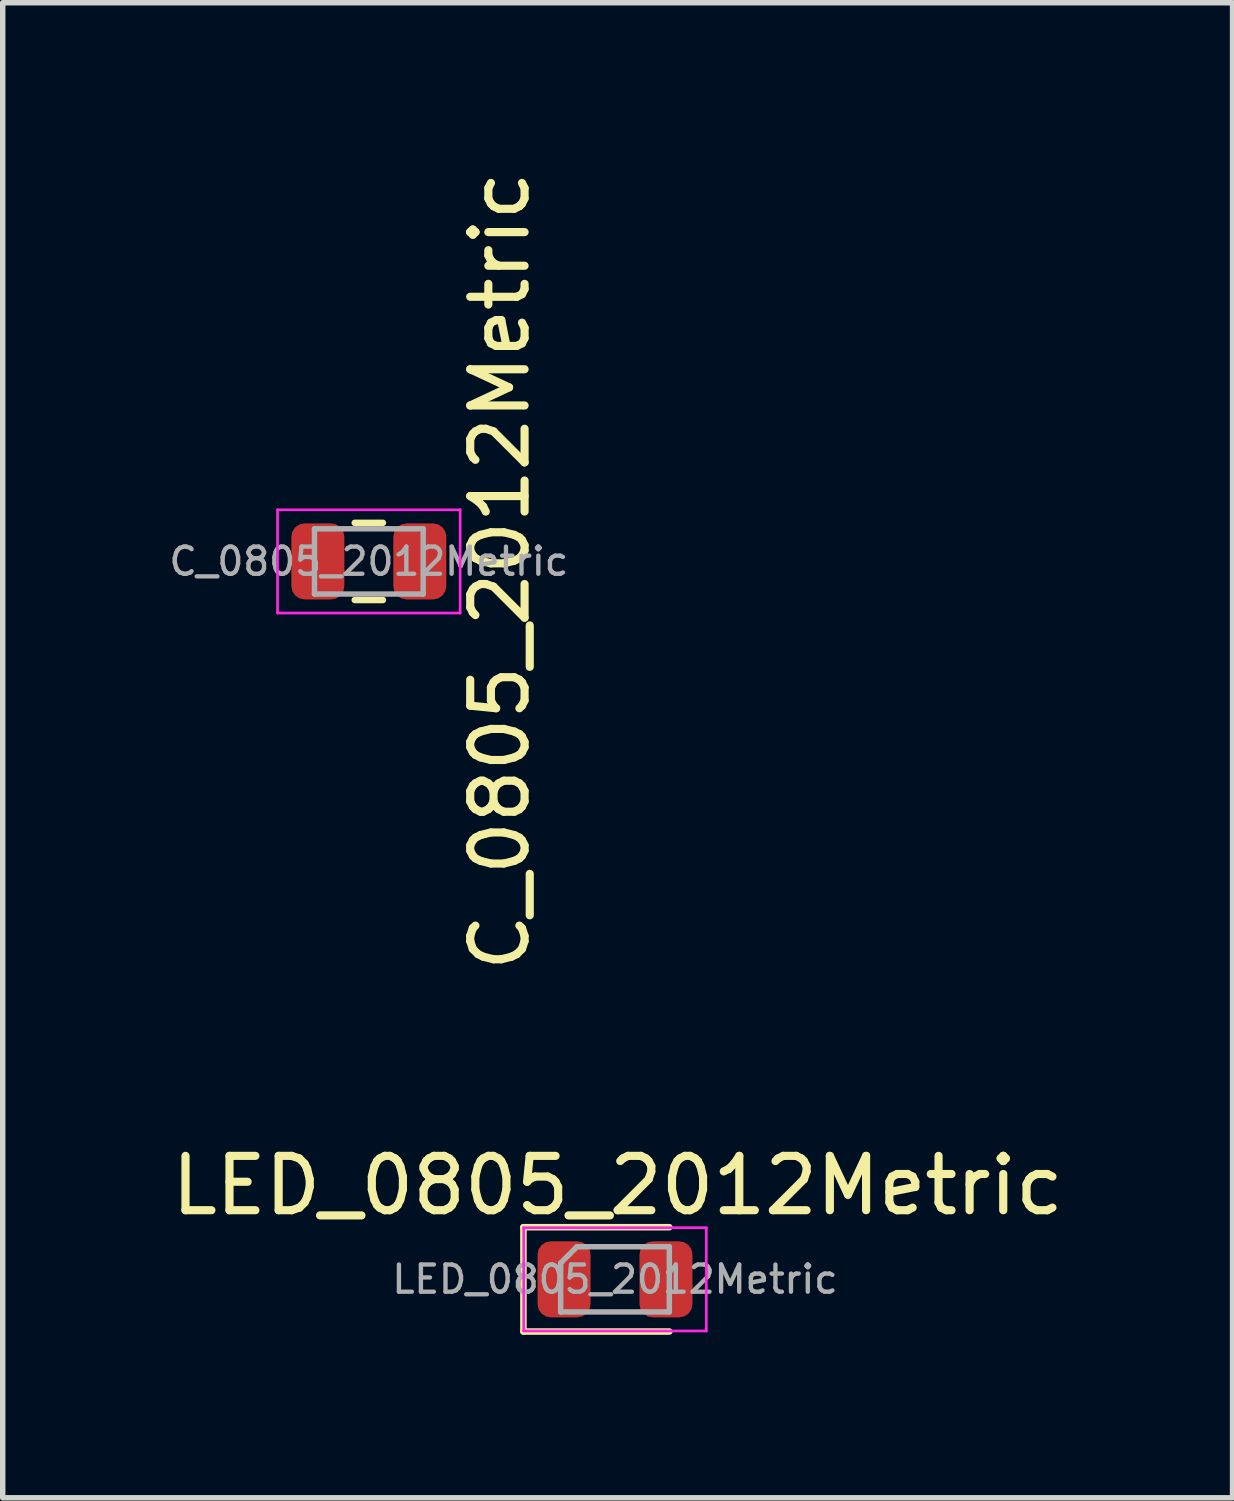
<source format=kicad_pcb>
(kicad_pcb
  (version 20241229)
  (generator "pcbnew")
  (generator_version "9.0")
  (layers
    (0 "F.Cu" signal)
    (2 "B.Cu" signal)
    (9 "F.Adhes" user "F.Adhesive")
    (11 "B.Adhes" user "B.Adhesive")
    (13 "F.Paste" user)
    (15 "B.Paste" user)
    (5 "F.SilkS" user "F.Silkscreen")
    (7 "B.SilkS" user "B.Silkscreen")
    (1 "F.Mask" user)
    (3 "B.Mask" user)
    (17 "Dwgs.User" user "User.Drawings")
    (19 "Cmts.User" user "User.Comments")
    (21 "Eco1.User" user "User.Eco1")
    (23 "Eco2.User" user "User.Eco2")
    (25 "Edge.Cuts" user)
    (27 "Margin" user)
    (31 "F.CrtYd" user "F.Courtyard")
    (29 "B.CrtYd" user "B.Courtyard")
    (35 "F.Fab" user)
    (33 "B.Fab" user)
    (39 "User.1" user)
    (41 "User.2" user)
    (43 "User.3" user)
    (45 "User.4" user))
  (footprint "LED_0805_2012Metric"
    (layer "F.Cu")
    (at 8.267 20.492)
    (property "Reference" "LED_0805_2012Metric" (at 0.049 -1.727 180) (layer "F.SilkS") (effects (font (size 1 1) (thickness 0.15))))
    (attr smd)
    (fp_line (start -1.685 -0.96) (end -1.685 0.96) (stroke (width 0.12) (type solid)) (layer "F.SilkS"))
    (fp_line (start -1.685 0.96) (end 1 0.96) (stroke (width 0.12) (type solid)) (layer "F.SilkS"))
    (fp_line (start 1 -0.96) (end -1.685 -0.96) (stroke (width 0.12) (type solid)) (layer "F.SilkS"))
    (fp_line (start -1.68 -0.95) (end 1.68 -0.95) (stroke (width 0.05) (type solid)) (layer "F.CrtYd"))
    (fp_line (start -1.68 0.95) (end -1.68 -0.95) (stroke (width 0.05) (type solid)) (layer "F.CrtYd"))
    (fp_line (start 1.68 -0.95) (end 1.68 0.95) (stroke (width 0.05) (type solid)) (layer "F.CrtYd"))
    (fp_line (start 1.68 0.95) (end -1.68 0.95) (stroke (width 0.05) (type solid)) (layer "F.CrtYd"))
    (fp_line (start -1 -0.3) (end -1 0.6) (stroke (width 0.1) (type solid)) (layer "F.Fab"))
    (fp_line (start -1 0.6) (end 1 0.6) (stroke (width 0.1) (type solid)) (layer "F.Fab"))
    (fp_line (start -0.7 -0.6) (end -1 -0.3) (stroke (width 0.1) (type solid)) (layer "F.Fab"))
    (fp_line (start 1 -0.6) (end -0.7 -0.6) (stroke (width 0.1) (type solid)) (layer "F.Fab"))
    (fp_line (start 1 0.6) (end 1 -0.6) (stroke (width 0.1) (type solid)) (layer "F.Fab"))
    (fp_text user "${REFERENCE}" (at 0 0 180) (layer "F.Fab") (effects (font (size 0.5 0.5) (thickness 0.08))))
    (pad "1" smd roundrect (at -0.938 0) (size 0.975 1.4) (layers "F.Cu" "F.Mask" "F.Paste") (roundrect_rratio 0.25))
    (pad "2" smd roundrect (at 0.938 0) (size 0.975 1.4) (layers "F.Cu" "F.Mask" "F.Paste") (roundrect_rratio 0.25)))
  (footprint "C_0805_2012Metric"
    (layer "F.Cu")
    (at 3.737 7.281)
    (property "Reference" "C_0805_2012Metric" (at 2.411 0.178 90) (layer "F.SilkS") (effects (font (size 1 1) (thickness 0.15))))
    (attr smd)
    (fp_line (start -0.259 -0.71) (end 0.259 -0.71) (stroke (width 0.12) (type solid)) (layer "F.SilkS"))
    (fp_line (start -0.259 0.71) (end 0.259 0.71) (stroke (width 0.12) (type solid)) (layer "F.SilkS"))
    (fp_line (start -1.68 -0.95) (end 1.68 -0.95) (stroke (width 0.05) (type solid)) (layer "F.CrtYd"))
    (fp_line (start -1.68 0.95) (end -1.68 -0.95) (stroke (width 0.05) (type solid)) (layer "F.CrtYd"))
    (fp_line (start 1.68 -0.95) (end 1.68 0.95) (stroke (width 0.05) (type solid)) (layer "F.CrtYd"))
    (fp_line (start 1.68 0.95) (end -1.68 0.95) (stroke (width 0.05) (type solid)) (layer "F.CrtYd"))
    (fp_line (start -1 -0.6) (end 1 -0.6) (stroke (width 0.1) (type solid)) (layer "F.Fab"))
    (fp_line (start -1 0.6) (end -1 -0.6) (stroke (width 0.1) (type solid)) (layer "F.Fab"))
    (fp_line (start 1 -0.6) (end 1 0.6) (stroke (width 0.1) (type solid)) (layer "F.Fab"))
    (fp_line (start 1 0.6) (end -1 0.6) (stroke (width 0.1) (type solid)) (layer "F.Fab"))
    (fp_text user "${REFERENCE}" (at 0 0 0) (layer "F.Fab") (effects (font (size 0.5 0.5) (thickness 0.08))))
    (pad "1" smd roundrect (at -0.938 0) (size 0.975 1.4) (layers "F.Cu" "F.Mask" "F.Paste") (roundrect_rratio 0.25))
    (pad "2" smd roundrect (at 0.938 0) (size 0.975 1.4) (layers "F.Cu" "F.Mask" "F.Paste") (roundrect_rratio 0.25)))
  (gr_rect
    (start -3 -3)
    (end 19.631 24.512)
    (stroke (width 0.1) (type default))
    (fill no)
    (layer "Edge.Cuts")))
</source>
